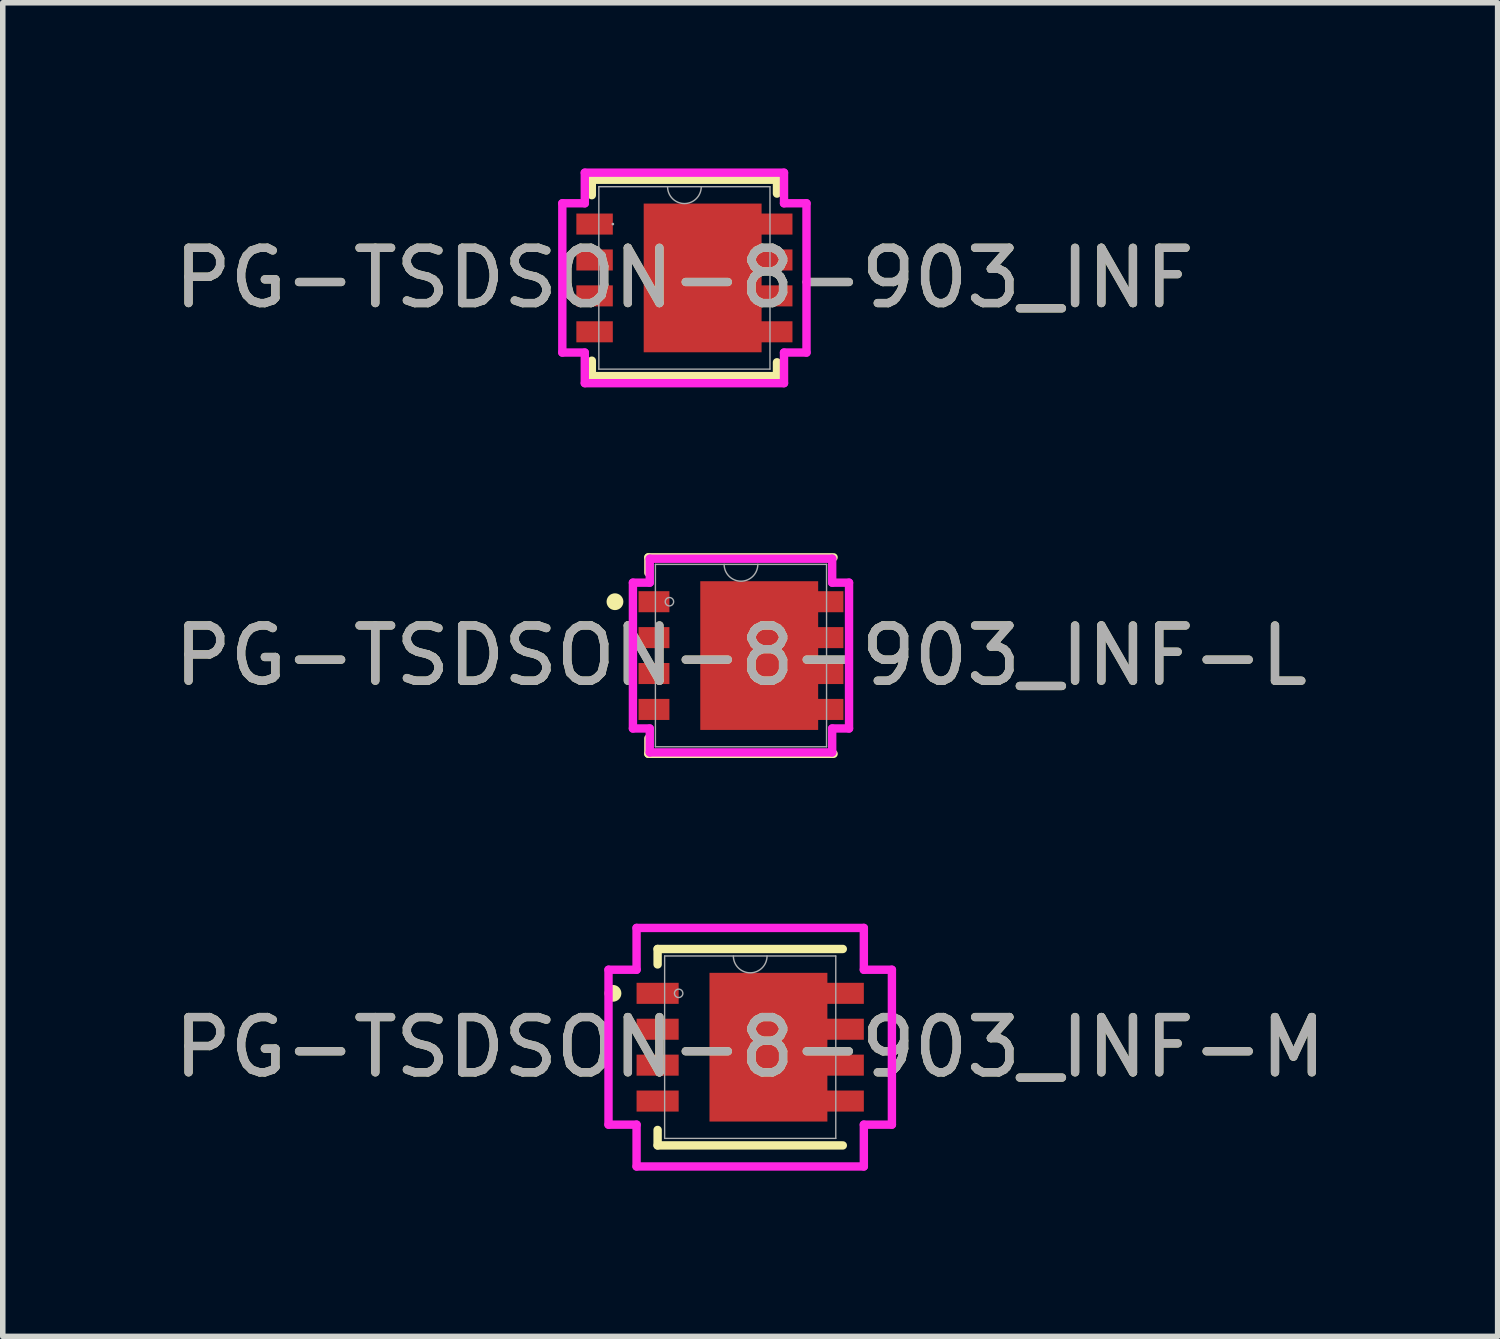
<source format=kicad_pcb>
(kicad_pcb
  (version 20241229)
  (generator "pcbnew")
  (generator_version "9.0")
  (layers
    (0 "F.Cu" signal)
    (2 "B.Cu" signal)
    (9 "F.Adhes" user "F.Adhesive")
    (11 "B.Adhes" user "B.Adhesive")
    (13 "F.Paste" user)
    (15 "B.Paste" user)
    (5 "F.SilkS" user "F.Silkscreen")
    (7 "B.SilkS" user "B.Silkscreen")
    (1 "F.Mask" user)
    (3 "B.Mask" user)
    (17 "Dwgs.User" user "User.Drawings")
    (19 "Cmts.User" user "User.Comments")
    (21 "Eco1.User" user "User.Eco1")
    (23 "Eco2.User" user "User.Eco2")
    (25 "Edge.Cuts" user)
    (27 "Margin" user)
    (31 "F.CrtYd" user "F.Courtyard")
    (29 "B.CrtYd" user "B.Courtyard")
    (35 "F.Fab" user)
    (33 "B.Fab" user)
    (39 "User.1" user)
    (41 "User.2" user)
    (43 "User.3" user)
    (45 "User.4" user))
  (footprint "PG-TSDSON-8-903_INF-L"
    (layer "F.Cu")
    (at 10.363 8.817)
    (property "Reference" "PG-TSDSON-8-903_INF-L" (at 0 0 0) (unlocked yes) (layer "F.SilkS") (effects (font (size 1 1) (thickness 0.15))))
    (attr smd)
    (fp_poly (pts (xy 1.397 -1.346) (xy -0.737 -1.346) (xy -0.737 1.346) (xy 1.397 1.346)) (stroke (width 0) (type solid)) (fill yes) (layer "F.Cu"))
    (fp_poly (pts (xy 1.397 -1.346) (xy -0.737 -1.346) (xy -0.737 1.346) (xy 1.397 1.346)) (stroke (width 0) (type solid)) (fill yes) (layer "F.Mask"))
    (fp_line (start -1.676 -1.778) (end -1.676 -1.498) (stroke (width 0.152) (type solid)) (layer "F.SilkS"))
    (fp_line (start -1.676 1.498) (end -1.676 1.778) (stroke (width 0.152) (type solid)) (layer "F.SilkS"))
    (fp_line (start -1.676 1.778) (end 1.676 1.778) (stroke (width 0.152) (type solid)) (layer "F.SilkS"))
    (fp_line (start 1.676 -1.778) (end -1.676 -1.778) (stroke (width 0.152) (type solid)) (layer "F.SilkS"))
    (fp_circle (center -2.281 -0.975) (end -2.205 -0.975) (stroke (width 0.152) (type solid)) (fill no) (layer "F.SilkS"))
    (fp_poly (pts (xy 1.397 -1.346) (xy -0.737 -1.346) (xy -0.737 1.346) (xy 1.397 1.346)) (stroke (width 0) (type solid)) (fill yes) (layer "F.Paste"))
    (fp_line (start -1.956 -1.32) (end -1.651 -1.32) (stroke (width 0.152) (type solid)) (layer "F.CrtYd"))
    (fp_line (start -1.956 1.32) (end -1.956 -1.32) (stroke (width 0.152) (type solid)) (layer "F.CrtYd"))
    (fp_line (start -1.956 1.32) (end -1.651 1.32) (stroke (width 0.152) (type solid)) (layer "F.CrtYd"))
    (fp_line (start -1.651 -1.753) (end 1.651 -1.753) (stroke (width 0.152) (type solid)) (layer "F.CrtYd"))
    (fp_line (start -1.651 -1.32) (end -1.651 -1.753) (stroke (width 0.152) (type solid)) (layer "F.CrtYd"))
    (fp_line (start -1.651 1.753) (end -1.651 1.32) (stroke (width 0.152) (type solid)) (layer "F.CrtYd"))
    (fp_line (start 1.651 -1.753) (end 1.651 -1.32) (stroke (width 0.152) (type solid)) (layer "F.CrtYd"))
    (fp_line (start 1.651 1.32) (end 1.651 1.753) (stroke (width 0.152) (type solid)) (layer "F.CrtYd"))
    (fp_line (start 1.651 1.753) (end -1.651 1.753) (stroke (width 0.152) (type solid)) (layer "F.CrtYd"))
    (fp_line (start 1.956 -1.32) (end 1.651 -1.32) (stroke (width 0.152) (type solid)) (layer "F.CrtYd"))
    (fp_line (start 1.956 -1.32) (end 1.956 1.32) (stroke (width 0.152) (type solid)) (layer "F.CrtYd"))
    (fp_line (start 1.956 1.32) (end 1.651 1.32) (stroke (width 0.152) (type solid)) (layer "F.CrtYd"))
    (fp_line (start -1.549 -1.651) (end -1.549 1.651) (stroke (width 0.025) (type solid)) (layer "F.Fab"))
    (fp_line (start -1.549 1.651) (end 1.549 1.651) (stroke (width 0.025) (type solid)) (layer "F.Fab"))
    (fp_line (start 1.549 -1.651) (end -1.549 -1.651) (stroke (width 0.025) (type solid)) (layer "F.Fab"))
    (fp_line (start 1.549 1.651) (end 1.549 -1.651) (stroke (width 0.025) (type solid)) (layer "F.Fab"))
    (fp_arc (start 0.3048 -1.651) (mid 0 -1.3462) (end -0.3048 -1.651) (stroke (width 0.0254) (type solid)) (layer "F.Fab"))
    (fp_circle (center -1.295 -0.975) (end -1.219 -0.975) (stroke (width 0.025) (type solid)) (fill no) (layer "F.Fab"))
    (fp_text user "${REFERENCE}" (at 0 0 0) (unlocked yes) (layer "F.Fab") (effects (font (size 1 1) (thickness 0.15))))
    (pad "1" smd rect (at -1.575 -0.975) (size 0.559 0.381) (layers "F.Cu" "F.Mask" "F.Paste"))
    (pad "2" smd rect (at -1.575 -0.325) (size 0.559 0.381) (layers "F.Cu" "F.Mask" "F.Paste"))
    (pad "3" smd rect (at -1.575 0.325) (size 0.559 0.381) (layers "F.Cu" "F.Mask" "F.Paste"))
    (pad "4" smd rect (at -1.575 0.975) (size 0.559 0.381) (layers "F.Cu" "F.Mask" "F.Paste"))
    (pad "5" smd rect (at 1.575 0.975) (size 0.559 0.381) (layers "F.Cu" "F.Mask" "F.Paste"))
    (pad "6" smd rect (at 1.575 0.325) (size 0.559 0.381) (layers "F.Cu" "F.Mask" "F.Paste"))
    (pad "7" smd rect (at 1.575 -0.325) (size 0.559 0.381) (layers "F.Cu" "F.Mask" "F.Paste"))
    (pad "8" smd rect (at 1.575 -0.975) (size 0.559 0.381) (layers "F.Cu" "F.Mask" "F.Paste")))
  (footprint "PG-TSDSON-8-903_INF"
    (layer "F.Cu")
    (at 9.339 1.981)
    (property "Reference" "PG-TSDSON-8-903_INF" (at 0 0 0) (unlocked yes) (layer "F.SilkS") (effects (font (size 1 1) (thickness 0.15))))
    (attr smd)
    (fp_poly (pts (xy 1.397 -1.346) (xy -0.737 -1.346) (xy -0.737 1.346) (xy 1.397 1.346)) (stroke (width 0) (type solid)) (fill yes) (layer "F.Cu"))
    (fp_poly (pts (xy 1.397 -1.346) (xy -0.737 -1.346) (xy -0.737 1.346) (xy 1.397 1.346)) (stroke (width 0) (type solid)) (fill yes) (layer "F.Mask"))
    (fp_line (start -1.676 -1.778) (end -1.676 -1.498) (stroke (width 0.152) (type solid)) (layer "F.SilkS"))
    (fp_line (start -1.676 1.498) (end -1.676 1.778) (stroke (width 0.152) (type solid)) (layer "F.SilkS"))
    (fp_line (start -1.676 1.778) (end 1.676 1.778) (stroke (width 0.152) (type solid)) (layer "F.SilkS"))
    (fp_line (start 1.676 -1.778) (end -1.676 -1.778) (stroke (width 0.152) (type solid)) (layer "F.SilkS"))
    (fp_line (start 1.676 -1.527) (end 1.676 -1.778) (stroke (width 0.152) (type solid)) (layer "F.SilkS"))
    (fp_line (start 1.676 1.778) (end 1.676 1.527) (stroke (width 0.152) (type solid)) (layer "F.SilkS"))
    (fp_poly (pts (xy 1.397 -1.346) (xy -0.737 -1.346) (xy -0.737 1.346) (xy 1.397 1.346)) (stroke (width 0) (type solid)) (fill yes) (layer "F.Paste"))
    (fp_line (start -2.21 -1.351) (end -1.803 -1.351) (stroke (width 0.152) (type solid)) (layer "F.CrtYd"))
    (fp_line (start -2.21 1.351) (end -2.21 -1.351) (stroke (width 0.152) (type solid)) (layer "F.CrtYd"))
    (fp_line (start -2.21 1.351) (end -1.803 1.351) (stroke (width 0.152) (type solid)) (layer "F.CrtYd"))
    (fp_line (start -1.803 -1.905) (end 1.803 -1.905) (stroke (width 0.152) (type solid)) (layer "F.CrtYd"))
    (fp_line (start -1.803 -1.351) (end -1.803 -1.905) (stroke (width 0.152) (type solid)) (layer "F.CrtYd"))
    (fp_line (start -1.803 1.905) (end -1.803 1.351) (stroke (width 0.152) (type solid)) (layer "F.CrtYd"))
    (fp_line (start 1.803 -1.905) (end 1.803 -1.351) (stroke (width 0.152) (type solid)) (layer "F.CrtYd"))
    (fp_line (start 1.803 1.351) (end 1.803 1.905) (stroke (width 0.152) (type solid)) (layer "F.CrtYd"))
    (fp_line (start 1.803 1.905) (end -1.803 1.905) (stroke (width 0.152) (type solid)) (layer "F.CrtYd"))
    (fp_line (start 2.21 -1.351) (end 1.803 -1.351) (stroke (width 0.152) (type solid)) (layer "F.CrtYd"))
    (fp_line (start 2.21 -1.351) (end 2.21 1.351) (stroke (width 0.152) (type solid)) (layer "F.CrtYd"))
    (fp_line (start 2.21 1.351) (end 1.803 1.351) (stroke (width 0.152) (type solid)) (layer "F.CrtYd"))
    (fp_line (start -1.549 -1.651) (end -1.549 1.651) (stroke (width 0.025) (type solid)) (layer "F.Fab"))
    (fp_line (start -1.549 1.651) (end 1.549 1.651) (stroke (width 0.025) (type solid)) (layer "F.Fab"))
    (fp_line (start 1.549 -1.651) (end -1.549 -1.651) (stroke (width 0.025) (type solid)) (layer "F.Fab"))
    (fp_line (start 1.549 1.651) (end 1.549 -1.651) (stroke (width 0.025) (type solid)) (layer "F.Fab"))
    (fp_arc (start 0.3048 -1.651) (mid 0 -1.3462) (end -0.3048 -1.651) (stroke (width 0.0254) (type solid)) (layer "F.Fab"))
    (fp_circle (center -1.295 -0.975) (end -1.295 -0.975) (stroke (width 0.025) (type solid)) (fill no) (layer "F.Fab"))
    (fp_text user "${REFERENCE}" (at 0 0 0) (unlocked yes) (layer "F.Fab") (effects (font (size 1 1) (thickness 0.15))))
    (pad "1" smd rect (at -1.626 -0.975) (size 0.66 0.381) (layers "F.Cu" "F.Mask" "F.Paste"))
    (pad "2" smd rect (at -1.626 -0.325) (size 0.66 0.381) (layers "F.Cu" "F.Mask" "F.Paste"))
    (pad "3" smd rect (at -1.626 0.325) (size 0.66 0.381) (layers "F.Cu" "F.Mask" "F.Paste"))
    (pad "4" smd rect (at -1.626 0.975) (size 0.66 0.381) (layers "F.Cu" "F.Mask" "F.Paste"))
    (pad "5" smd rect (at 1.626 0.975) (size 0.66 0.381) (layers "F.Cu" "F.Mask" "F.Paste"))
    (pad "6" smd rect (at 1.626 0.325) (size 0.66 0.381) (layers "F.Cu" "F.Mask" "F.Paste"))
    (pad "7" smd rect (at 1.626 -0.325) (size 0.66 0.381) (layers "F.Cu" "F.Mask" "F.Paste"))
    (pad "8" smd rect (at 1.626 -0.975) (size 0.66 0.381) (layers "F.Cu" "F.Mask" "F.Paste")))
  (footprint "PG-TSDSON-8-903_INF-M"
    (layer "F.Cu")
    (at 10.53 15.906)
    (property "Reference" "PG-TSDSON-8-903_INF-M" (at 0 0 0) (unlocked yes) (layer "F.SilkS") (effects (font (size 1 1) (thickness 0.15))))
    (attr smd)
    (fp_poly (pts (xy 1.397 -1.346) (xy -0.737 -1.346) (xy -0.737 1.346) (xy 1.397 1.346)) (stroke (width 0) (type solid)) (fill yes) (layer "F.Cu"))
    (fp_poly (pts (xy 1.397 -1.346) (xy -0.737 -1.346) (xy -0.737 1.346) (xy 1.397 1.346)) (stroke (width 0) (type solid)) (fill yes) (layer "F.Mask"))
    (fp_line (start -1.676 -1.778) (end -1.676 -1.498) (stroke (width 0.152) (type solid)) (layer "F.SilkS"))
    (fp_line (start -1.676 1.498) (end -1.676 1.778) (stroke (width 0.152) (type solid)) (layer "F.SilkS"))
    (fp_line (start -1.676 1.778) (end 1.676 1.778) (stroke (width 0.152) (type solid)) (layer "F.SilkS"))
    (fp_line (start 1.676 -1.778) (end -1.676 -1.778) (stroke (width 0.152) (type solid)) (layer "F.SilkS"))
    (fp_circle (center -2.484 -0.975) (end -2.408 -0.975) (stroke (width 0.152) (type solid)) (fill no) (layer "F.SilkS"))
    (fp_poly (pts (xy 1.397 -1.346) (xy -0.737 -1.346) (xy -0.737 1.346) (xy 1.397 1.346)) (stroke (width 0) (type solid)) (fill yes) (layer "F.Paste"))
    (fp_line (start -2.565 -1.402) (end -2.057 -1.402) (stroke (width 0.152) (type solid)) (layer "F.CrtYd"))
    (fp_line (start -2.565 1.402) (end -2.565 -1.402) (stroke (width 0.152) (type solid)) (layer "F.CrtYd"))
    (fp_line (start -2.565 1.402) (end -2.057 1.402) (stroke (width 0.152) (type solid)) (layer "F.CrtYd"))
    (fp_line (start -2.057 -2.159) (end 2.057 -2.159) (stroke (width 0.152) (type solid)) (layer "F.CrtYd"))
    (fp_line (start -2.057 -1.402) (end -2.057 -2.159) (stroke (width 0.152) (type solid)) (layer "F.CrtYd"))
    (fp_line (start -2.057 2.159) (end -2.057 1.402) (stroke (width 0.152) (type solid)) (layer "F.CrtYd"))
    (fp_line (start 2.057 -2.159) (end 2.057 -1.402) (stroke (width 0.152) (type solid)) (layer "F.CrtYd"))
    (fp_line (start 2.057 1.402) (end 2.057 2.159) (stroke (width 0.152) (type solid)) (layer "F.CrtYd"))
    (fp_line (start 2.057 2.159) (end -2.057 2.159) (stroke (width 0.152) (type solid)) (layer "F.CrtYd"))
    (fp_line (start 2.565 -1.402) (end 2.057 -1.402) (stroke (width 0.152) (type solid)) (layer "F.CrtYd"))
    (fp_line (start 2.565 -1.402) (end 2.565 1.402) (stroke (width 0.152) (type solid)) (layer "F.CrtYd"))
    (fp_line (start 2.565 1.402) (end 2.057 1.402) (stroke (width 0.152) (type solid)) (layer "F.CrtYd"))
    (fp_line (start -1.549 -1.651) (end -1.549 1.651) (stroke (width 0.025) (type solid)) (layer "F.Fab"))
    (fp_line (start -1.549 1.651) (end 1.549 1.651) (stroke (width 0.025) (type solid)) (layer "F.Fab"))
    (fp_line (start 1.549 -1.651) (end -1.549 -1.651) (stroke (width 0.025) (type solid)) (layer "F.Fab"))
    (fp_line (start 1.549 1.651) (end 1.549 -1.651) (stroke (width 0.025) (type solid)) (layer "F.Fab"))
    (fp_arc (start 0.3048 -1.651) (mid 0 -1.3462) (end -0.3048 -1.651) (stroke (width 0.0254) (type solid)) (layer "F.Fab"))
    (fp_circle (center -1.295 -0.975) (end -1.219 -0.975) (stroke (width 0.025) (type solid)) (fill no) (layer "F.Fab"))
    (fp_text user "${REFERENCE}" (at 0 0 0) (unlocked yes) (layer "F.Fab") (effects (font (size 1 1) (thickness 0.15))))
    (pad "1" smd rect (at -1.676 -0.975) (size 0.762 0.381) (layers "F.Cu" "F.Mask" "F.Paste"))
    (pad "2" smd rect (at -1.676 -0.325) (size 0.762 0.381) (layers "F.Cu" "F.Mask" "F.Paste"))
    (pad "3" smd rect (at -1.676 0.325) (size 0.762 0.381) (layers "F.Cu" "F.Mask" "F.Paste"))
    (pad "4" smd rect (at -1.676 0.975) (size 0.762 0.381) (layers "F.Cu" "F.Mask" "F.Paste"))
    (pad "5" smd rect (at 1.676 0.975) (size 0.762 0.381) (layers "F.Cu" "F.Mask" "F.Paste"))
    (pad "6" smd rect (at 1.676 0.325) (size 0.762 0.381) (layers "F.Cu" "F.Mask" "F.Paste"))
    (pad "7" smd rect (at 1.676 -0.325) (size 0.762 0.381) (layers "F.Cu" "F.Mask" "F.Paste"))
    (pad "8" smd rect (at 1.676 -0.975) (size 0.762 0.381) (layers "F.Cu" "F.Mask" "F.Paste")))
  (gr_rect
    (start -3 -3)
    (end 24.06 21.141)
    (stroke (width 0.1) (type default))
    (fill no)
    (layer "Edge.Cuts")))
</source>
